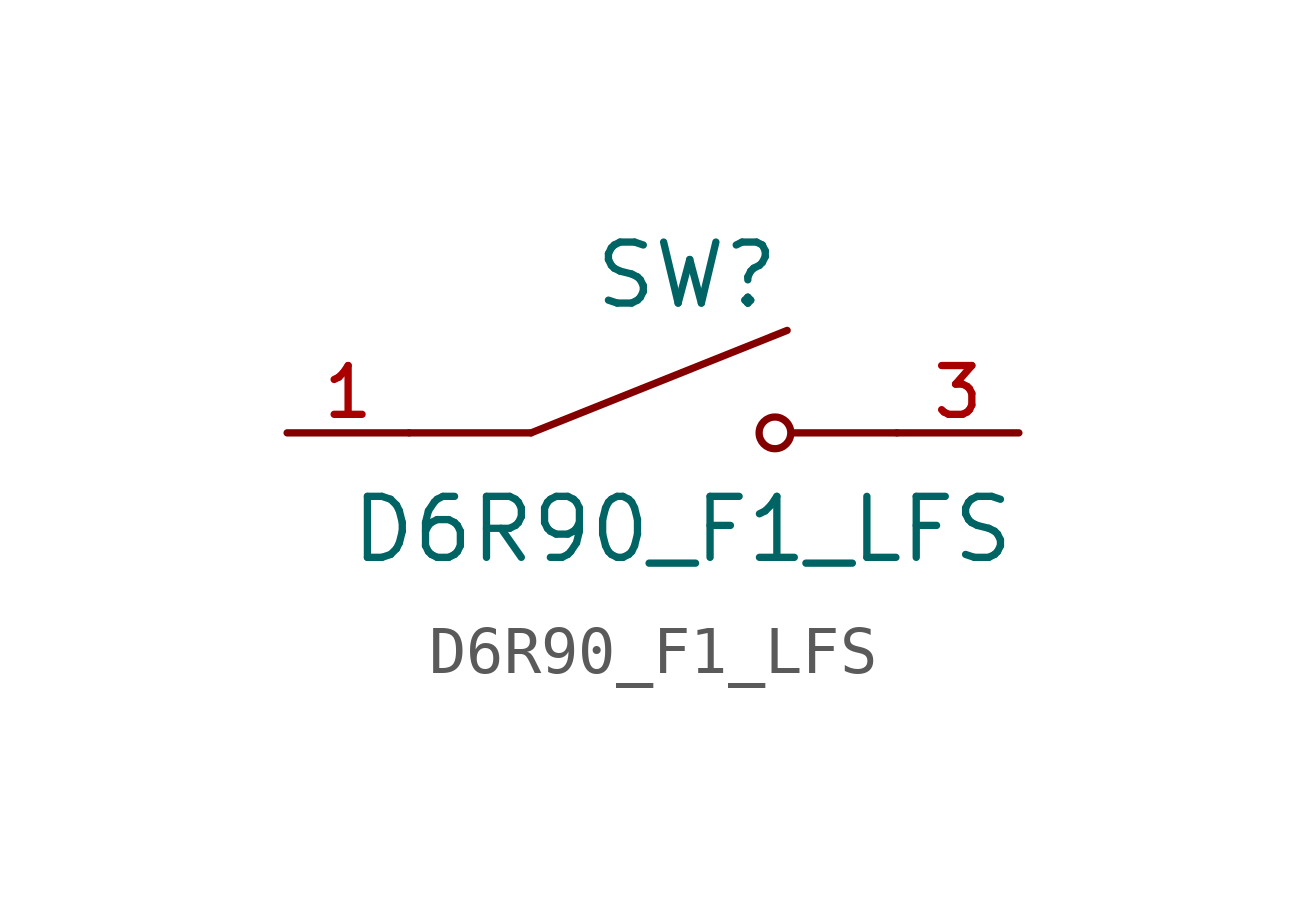
<source format=kicad_sym>
(kicad_symbol_lib
  (version 20220914)
  (generator kicad_symbol_editor)
  (symbol "D6R90_F1_LFS"
    (pin_names
      (offset 1.016))
    (property "Reference" "SW"
      (at -1.27 2.54 0)
      (effects (font (size 1.27 1.27)) (justify left bottom)))
    (property "Value" "D6R90_F1_LFS"
      (at -6.35 -1.27 0)
      (effects (font (size 1.27 1.27)) (justify left top)))
    (symbol "D6R90_F1_LFS_0_0"
      (polyline (pts (xy -2.54 0) (xy -5.08 0)) (stroke (width 0.152) (type default)) (fill (type none)))
      (polyline (pts (xy -2.54 0) (xy 2.794 2.134)) (stroke (width 0.152) (type default)) (fill (type none)))
      (polyline (pts (xy 5.08 0) (xy 2.921 0)) (stroke (width 0.152) (type default)) (fill (type none)))
      (circle (center 2.54 0) (radius 0.33) (stroke (width 0.152) (type default)) (fill (type none)))
      (pin passive line (at -7.62 0 0) (length 2.54) (name "~" (effects (font (size 1.016 1.016)))) (number "1" (effects (font (size 1.016 1.016)))))
      (pin passive line (at 7.62 0 180) (length 2.54) (name "~" (effects (font (size 1.016 1.016)))) (number "3" (effects (font (size 1.016 1.016))))))
    (symbol "D6R90_F1_LFS_1_0"
      (pin passive line (at -7.62 0 0) (length 2.54) hide (name "~" (effects (font (size 1.016 1.016)))) (number "2" (effects (font (size 1.016 1.016)))))
      (pin passive line (at 7.62 0 180) (length 2.54) hide (name "~" (effects (font (size 1.016 1.016)))) (number "4" (effects (font (size 1.016 1.016))))))))
</source>
